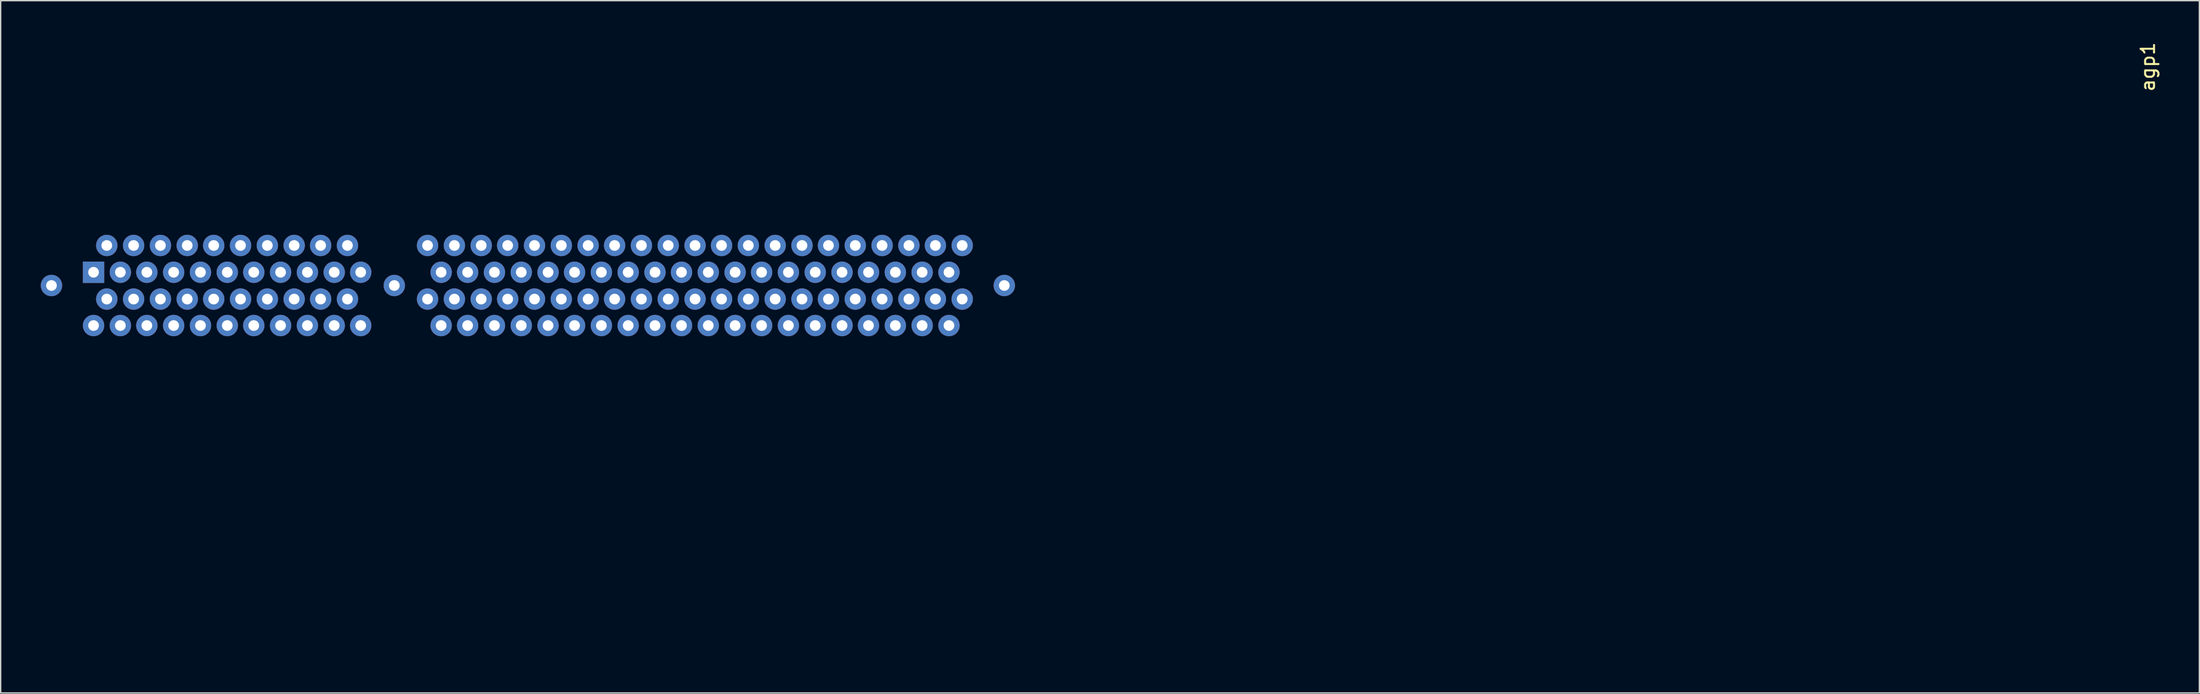
<source format=kicad_pcb>
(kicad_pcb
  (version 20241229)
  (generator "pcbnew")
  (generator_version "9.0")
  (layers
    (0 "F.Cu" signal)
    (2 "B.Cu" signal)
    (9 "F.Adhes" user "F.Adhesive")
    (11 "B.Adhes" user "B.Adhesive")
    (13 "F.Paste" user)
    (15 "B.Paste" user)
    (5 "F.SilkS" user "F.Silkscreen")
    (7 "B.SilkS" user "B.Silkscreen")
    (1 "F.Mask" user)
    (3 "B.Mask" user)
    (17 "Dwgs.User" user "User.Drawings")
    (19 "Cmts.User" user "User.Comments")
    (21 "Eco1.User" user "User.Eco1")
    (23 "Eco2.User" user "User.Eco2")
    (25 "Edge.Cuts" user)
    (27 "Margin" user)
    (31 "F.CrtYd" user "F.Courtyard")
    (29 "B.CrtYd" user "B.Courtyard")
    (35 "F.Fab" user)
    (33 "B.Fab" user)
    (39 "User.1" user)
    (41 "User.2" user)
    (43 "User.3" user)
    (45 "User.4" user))
  (footprint "agp1"
    (layer "F.Cu")
    (at 66.002 45.578)
    (property "Reference" "agp1" (at 91.67 -43.62 90) (layer "F.SilkS") (effects (font (size 1 1) (thickness 0.15))))
    (attr through_hole)
    (pad "A1" thru_hole rect (at -62.052 -28.245) (size 1.6 1.6) (drill 0.8) (layers "*.Cu" "*.Mask"))
    (pad "A2" thru_hole oval (at -61.062 -30.251) (size 1.6 1.6) (drill 0.8) (layers "*.Cu" "*.Mask"))
    (pad "A3" thru_hole oval (at -60.046 -28.245) (size 1.6 1.6) (drill 0.8) (layers "*.Cu" "*.Mask"))
    (pad "A4" thru_hole oval (at -59.055 -30.251) (size 1.6 1.6) (drill 0.8) (layers "*.Cu" "*.Mask"))
    (pad "A5" thru_hole oval (at -58.064 -28.245) (size 1.6 1.6) (drill 0.8) (layers "*.Cu" "*.Mask"))
    (pad "A6" thru_hole oval (at -57.048 -30.251) (size 1.6 1.6) (drill 0.8) (layers "*.Cu" "*.Mask"))
    (pad "A7" thru_hole oval (at -56.058 -28.245) (size 1.6 1.6) (drill 0.8) (layers "*.Cu" "*.Mask"))
    (pad "A8" thru_hole oval (at -55.042 -30.251) (size 1.6 1.6) (drill 0.8) (layers "*.Cu" "*.Mask"))
    (pad "A9" thru_hole oval (at -54.051 -28.245) (size 1.6 1.6) (drill 0.8) (layers "*.Cu" "*.Mask"))
    (pad "A10" thru_hole oval (at -53.061 -30.251) (size 1.6 1.6) (drill 0.8) (layers "*.Cu" "*.Mask"))
    (pad "A11" thru_hole oval (at -52.045 -28.245) (size 1.6 1.6) (drill 0.8) (layers "*.Cu" "*.Mask"))
    (pad "A12" thru_hole oval (at -51.054 -30.251) (size 1.6 1.6) (drill 0.8) (layers "*.Cu" "*.Mask"))
    (pad "A13" thru_hole oval (at -50.063 -28.245) (size 1.6 1.6) (drill 0.8) (layers "*.Cu" "*.Mask"))
    (pad "A14" thru_hole oval (at -49.047 -30.251) (size 1.6 1.6) (drill 0.8) (layers "*.Cu" "*.Mask"))
    (pad "A15" thru_hole oval (at -48.057 -28.245) (size 1.6 1.6) (drill 0.8) (layers "*.Cu" "*.Mask"))
    (pad "A16" thru_hole oval (at -47.041 -30.251) (size 1.6 1.6) (drill 0.8) (layers "*.Cu" "*.Mask"))
    (pad "A17" thru_hole oval (at -46.05 -28.245) (size 1.6 1.6) (drill 0.8) (layers "*.Cu" "*.Mask"))
    (pad "A18" thru_hole oval (at -45.06 -30.251) (size 1.6 1.6) (drill 0.8) (layers "*.Cu" "*.Mask"))
    (pad "A19" thru_hole oval (at -44.044 -28.245) (size 1.6 1.6) (drill 0.8) (layers "*.Cu" "*.Mask"))
    (pad "A20" thru_hole oval (at -43.053 -30.251) (size 1.6 1.6) (drill 0.8) (layers "*.Cu" "*.Mask"))
    (pad "A21" thru_hole oval (at -42.062 -28.245) (size 1.6 1.6) (drill 0.8) (layers "*.Cu" "*.Mask"))
    (pad "A26" thru_hole oval (at -37.059 -30.251) (size 1.6 1.6) (drill 0.8) (layers "*.Cu" "*.Mask"))
    (pad "A27" thru_hole oval (at -36.043 -28.245) (size 1.6 1.6) (drill 0.8) (layers "*.Cu" "*.Mask"))
    (pad "A28" thru_hole oval (at -35.052 -30.251) (size 1.6 1.6) (drill 0.8) (layers "*.Cu" "*.Mask"))
    (pad "A29" thru_hole oval (at -34.061 -28.245) (size 1.6 1.6) (drill 0.8) (layers "*.Cu" "*.Mask"))
    (pad "A30" thru_hole oval (at -33.045 -30.251) (size 1.6 1.6) (drill 0.8) (layers "*.Cu" "*.Mask"))
    (pad "A31" thru_hole oval (at -32.055 -28.245) (size 1.6 1.6) (drill 0.8) (layers "*.Cu" "*.Mask"))
    (pad "A32" thru_hole oval (at -31.064 -30.251) (size 1.6 1.6) (drill 0.8) (layers "*.Cu" "*.Mask"))
    (pad "A33" thru_hole oval (at -30.048 -28.245) (size 1.6 1.6) (drill 0.8) (layers "*.Cu" "*.Mask"))
    (pad "A34" thru_hole oval (at -29.058 -30.251) (size 1.6 1.6) (drill 0.8) (layers "*.Cu" "*.Mask"))
    (pad "A35" thru_hole oval (at -28.042 -28.245) (size 1.6 1.6) (drill 0.8) (layers "*.Cu" "*.Mask"))
    (pad "A36" thru_hole oval (at -27.051 -30.251) (size 1.6 1.6) (drill 0.8) (layers "*.Cu" "*.Mask"))
    (pad "A37" thru_hole oval (at -26.06 -28.245) (size 1.6 1.6) (drill 0.8) (layers "*.Cu" "*.Mask"))
    (pad "A38" thru_hole oval (at -25.044 -30.251) (size 1.6 1.6) (drill 0.8) (layers "*.Cu" "*.Mask"))
    (pad "A39" thru_hole oval (at -24.054 -28.245) (size 1.6 1.6) (drill 0.8) (layers "*.Cu" "*.Mask"))
    (pad "A40" thru_hole oval (at -23.063 -30.251) (size 1.6 1.6) (drill 0.8) (layers "*.Cu" "*.Mask"))
    (pad "A41" thru_hole oval (at -22.047 -28.245) (size 1.6 1.6) (drill 0.8) (layers "*.Cu" "*.Mask"))
    (pad "A42" thru_hole oval (at -21.057 -30.251) (size 1.6 1.6) (drill 0.8) (layers "*.Cu" "*.Mask"))
    (pad "A43" thru_hole oval (at -20.041 -28.245) (size 1.6 1.6) (drill 0.8) (layers "*.Cu" "*.Mask"))
    (pad "A44" thru_hole oval (at -19.05 -30.251) (size 1.6 1.6) (drill 0.8) (layers "*.Cu" "*.Mask"))
    (pad "A45" thru_hole oval (at -18.059 -28.245) (size 1.6 1.6) (drill 0.8) (layers "*.Cu" "*.Mask"))
    (pad "A46" thru_hole oval (at -17.043 -30.251) (size 1.6 1.6) (drill 0.8) (layers "*.Cu" "*.Mask"))
    (pad "A47" thru_hole oval (at -16.053 -28.245) (size 1.6 1.6) (drill 0.8) (layers "*.Cu" "*.Mask"))
    (pad "A48" thru_hole oval (at -15.062 -30.251) (size 1.6 1.6) (drill 0.8) (layers "*.Cu" "*.Mask"))
    (pad "A49" thru_hole oval (at -14.046 -28.245) (size 1.6 1.6) (drill 0.8) (layers "*.Cu" "*.Mask"))
    (pad "A50" thru_hole oval (at -13.056 -30.251) (size 1.6 1.6) (drill 0.8) (layers "*.Cu" "*.Mask"))
    (pad "A51" thru_hole oval (at -12.065 -28.245) (size 1.6 1.6) (drill 0.8) (layers "*.Cu" "*.Mask"))
    (pad "A52" thru_hole oval (at -11.049 -30.251) (size 1.6 1.6) (drill 0.8) (layers "*.Cu" "*.Mask"))
    (pad "A53" thru_hole oval (at -10.058 -28.245) (size 1.6 1.6) (drill 0.8) (layers "*.Cu" "*.Mask"))
    (pad "A54" thru_hole oval (at -9.042 -30.251) (size 1.6 1.6) (drill 0.8) (layers "*.Cu" "*.Mask"))
    (pad "A55" thru_hole oval (at -8.052 -28.245) (size 1.6 1.6) (drill 0.8) (layers "*.Cu" "*.Mask"))
    (pad "A56" thru_hole oval (at -7.061 -30.251) (size 1.6 1.6) (drill 0.8) (layers "*.Cu" "*.Mask"))
    (pad "A57" thru_hole oval (at -6.045 -28.245) (size 1.6 1.6) (drill 0.8) (layers "*.Cu" "*.Mask"))
    (pad "A58" thru_hole oval (at -5.055 -30.251) (size 1.6 1.6) (drill 0.8) (layers "*.Cu" "*.Mask"))
    (pad "A59" thru_hole oval (at -4.064 -28.245) (size 1.6 1.6) (drill 0.8) (layers "*.Cu" "*.Mask"))
    (pad "A60" thru_hole oval (at -3.048 -30.251) (size 1.6 1.6) (drill 0.8) (layers "*.Cu" "*.Mask"))
    (pad "A61" thru_hole oval (at -2.057 -28.245) (size 1.6 1.6) (drill 0.8) (layers "*.Cu" "*.Mask"))
    (pad "A62" thru_hole oval (at -1.041 -30.251) (size 1.6 1.6) (drill 0.8) (layers "*.Cu" "*.Mask"))
    (pad "A63" thru_hole oval (at -0.051 -28.245) (size 1.6 1.6) (drill 0.8) (layers "*.Cu" "*.Mask"))
    (pad "A64" thru_hole oval (at 0.94 -30.251) (size 1.6 1.6) (drill 0.8) (layers "*.Cu" "*.Mask"))
    (pad "A65" thru_hole oval (at 1.956 -28.245) (size 1.6 1.6) (drill 0.8) (layers "*.Cu" "*.Mask"))
    (pad "A66" thru_hole oval (at 2.946 -30.251) (size 1.6 1.6) (drill 0.8) (layers "*.Cu" "*.Mask"))
    (pad "B1" thru_hole oval (at -62.052 -24.257) (size 1.6 1.6) (drill 0.8) (layers "*.Cu" "*.Mask"))
    (pad "B2" thru_hole oval (at -61.062 -26.238) (size 1.6 1.6) (drill 0.8) (layers "*.Cu" "*.Mask"))
    (pad "B3" thru_hole oval (at -60.046 -24.257) (size 1.6 1.6) (drill 0.8) (layers "*.Cu" "*.Mask"))
    (pad "B4" thru_hole oval (at -59.055 -26.238) (size 1.6 1.6) (drill 0.8) (layers "*.Cu" "*.Mask"))
    (pad "B5" thru_hole oval (at -58.064 -24.257) (size 1.6 1.6) (drill 0.8) (layers "*.Cu" "*.Mask"))
    (pad "B6" thru_hole oval (at -57.048 -26.238) (size 1.6 1.6) (drill 0.8) (layers "*.Cu" "*.Mask"))
    (pad "B7" thru_hole oval (at -56.058 -24.257) (size 1.6 1.6) (drill 0.8) (layers "*.Cu" "*.Mask"))
    (pad "B8" thru_hole oval (at -55.042 -26.238) (size 1.6 1.6) (drill 0.8) (layers "*.Cu" "*.Mask"))
    (pad "B9" thru_hole oval (at -54.051 -24.257) (size 1.6 1.6) (drill 0.8) (layers "*.Cu" "*.Mask"))
    (pad "B10" thru_hole oval (at -53.061 -26.238) (size 1.6 1.6) (drill 0.8) (layers "*.Cu" "*.Mask"))
    (pad "B11" thru_hole oval (at -52.045 -24.257) (size 1.6 1.6) (drill 0.8) (layers "*.Cu" "*.Mask"))
    (pad "B12" thru_hole oval (at -51.054 -26.238) (size 1.6 1.6) (drill 0.8) (layers "*.Cu" "*.Mask"))
    (pad "B13" thru_hole oval (at -50.063 -24.257) (size 1.6 1.6) (drill 0.8) (layers "*.Cu" "*.Mask"))
    (pad "B14" thru_hole oval (at -49.047 -26.238) (size 1.6 1.6) (drill 0.8) (layers "*.Cu" "*.Mask"))
    (pad "B15" thru_hole oval (at -48.057 -24.257) (size 1.6 1.6) (drill 0.8) (layers "*.Cu" "*.Mask"))
    (pad "B16" thru_hole oval (at -47.041 -26.238) (size 1.6 1.6) (drill 0.8) (layers "*.Cu" "*.Mask"))
    (pad "B17" thru_hole oval (at -46.05 -24.257) (size 1.6 1.6) (drill 0.8) (layers "*.Cu" "*.Mask"))
    (pad "B18" thru_hole oval (at -45.06 -26.238) (size 1.6 1.6) (drill 0.8) (layers "*.Cu" "*.Mask"))
    (pad "B19" thru_hole oval (at -44.044 -24.257) (size 1.6 1.6) (drill 0.8) (layers "*.Cu" "*.Mask"))
    (pad "B20" thru_hole oval (at -43.053 -26.238) (size 1.6 1.6) (drill 0.8) (layers "*.Cu" "*.Mask"))
    (pad "B21" thru_hole oval (at -42.062 -24.257) (size 1.6 1.6) (drill 0.8) (layers "*.Cu" "*.Mask"))
    (pad "B26" thru_hole oval (at -37.059 -26.238) (size 1.6 1.6) (drill 0.8) (layers "*.Cu" "*.Mask"))
    (pad "B27" thru_hole oval (at -36.043 -24.257) (size 1.6 1.6) (drill 0.8) (layers "*.Cu" "*.Mask"))
    (pad "B28" thru_hole oval (at -35.052 -26.238) (size 1.6 1.6) (drill 0.8) (layers "*.Cu" "*.Mask"))
    (pad "B29" thru_hole oval (at -34.061 -24.257) (size 1.6 1.6) (drill 0.8) (layers "*.Cu" "*.Mask"))
    (pad "B30" thru_hole oval (at -33.045 -26.238) (size 1.6 1.6) (drill 0.8) (layers "*.Cu" "*.Mask"))
    (pad "B31" thru_hole oval (at -32.055 -24.257) (size 1.6 1.6) (drill 0.8) (layers "*.Cu" "*.Mask"))
    (pad "B32" thru_hole oval (at -31.064 -26.238) (size 1.6 1.6) (drill 0.8) (layers "*.Cu" "*.Mask"))
    (pad "B33" thru_hole oval (at -30.048 -24.257) (size 1.6 1.6) (drill 0.8) (layers "*.Cu" "*.Mask"))
    (pad "B34" thru_hole oval (at -29.058 -26.238) (size 1.6 1.6) (drill 0.8) (layers "*.Cu" "*.Mask"))
    (pad "B35" thru_hole oval (at -28.042 -24.257) (size 1.6 1.6) (drill 0.8) (layers "*.Cu" "*.Mask"))
    (pad "B36" thru_hole oval (at -27.051 -26.238) (size 1.6 1.6) (drill 0.8) (layers "*.Cu" "*.Mask"))
    (pad "B37" thru_hole oval (at -26.06 -24.257) (size 1.6 1.6) (drill 0.8) (layers "*.Cu" "*.Mask"))
    (pad "B38" thru_hole oval (at -25.044 -26.238) (size 1.6 1.6) (drill 0.8) (layers "*.Cu" "*.Mask"))
    (pad "B39" thru_hole oval (at -24.054 -24.257) (size 1.6 1.6) (drill 0.8) (layers "*.Cu" "*.Mask"))
    (pad "B40" thru_hole oval (at -23.063 -26.238) (size 1.6 1.6) (drill 0.8) (layers "*.Cu" "*.Mask"))
    (pad "B41" thru_hole oval (at -22.047 -24.257) (size 1.6 1.6) (drill 0.8) (layers "*.Cu" "*.Mask"))
    (pad "B42" thru_hole oval (at -21.057 -26.238) (size 1.6 1.6) (drill 0.8) (layers "*.Cu" "*.Mask"))
    (pad "B43" thru_hole oval (at -20.041 -24.257) (size 1.6 1.6) (drill 0.8) (layers "*.Cu" "*.Mask"))
    (pad "B44" thru_hole oval (at -19.05 -26.238) (size 1.6 1.6) (drill 0.8) (layers "*.Cu" "*.Mask"))
    (pad "B45" thru_hole oval (at -18.059 -24.257) (size 1.6 1.6) (drill 0.8) (layers "*.Cu" "*.Mask"))
    (pad "B46" thru_hole oval (at -17.043 -26.238) (size 1.6 1.6) (drill 0.8) (layers "*.Cu" "*.Mask"))
    (pad "B47" thru_hole oval (at -16.053 -24.257) (size 1.6 1.6) (drill 0.8) (layers "*.Cu" "*.Mask"))
    (pad "B48" thru_hole oval (at -15.062 -26.238) (size 1.6 1.6) (drill 0.8) (layers "*.Cu" "*.Mask"))
    (pad "B49" thru_hole oval (at -14.046 -24.257) (size 1.6 1.6) (drill 0.8) (layers "*.Cu" "*.Mask"))
    (pad "B50" thru_hole oval (at -13.056 -26.238) (size 1.6 1.6) (drill 0.8) (layers "*.Cu" "*.Mask"))
    (pad "B51" thru_hole oval (at -12.065 -24.257) (size 1.6 1.6) (drill 0.8) (layers "*.Cu" "*.Mask"))
    (pad "B52" thru_hole oval (at -11.049 -26.238) (size 1.6 1.6) (drill 0.8) (layers "*.Cu" "*.Mask"))
    (pad "B53" thru_hole oval (at -10.058 -24.257) (size 1.6 1.6) (drill 0.8) (layers "*.Cu" "*.Mask"))
    (pad "B54" thru_hole oval (at -9.042 -26.238) (size 1.6 1.6) (drill 0.8) (layers "*.Cu" "*.Mask"))
    (pad "B55" thru_hole oval (at -8.052 -24.257) (size 1.6 1.6) (drill 0.8) (layers "*.Cu" "*.Mask"))
    (pad "B56" thru_hole oval (at -7.061 -26.238) (size 1.6 1.6) (drill 0.8) (layers "*.Cu" "*.Mask"))
    (pad "B57" thru_hole oval (at -6.045 -24.257) (size 1.6 1.6) (drill 0.8) (layers "*.Cu" "*.Mask"))
    (pad "B58" thru_hole oval (at -5.055 -26.238) (size 1.6 1.6) (drill 0.8) (layers "*.Cu" "*.Mask"))
    (pad "B59" thru_hole oval (at -4.064 -24.257) (size 1.6 1.6) (drill 0.8) (layers "*.Cu" "*.Mask"))
    (pad "B60" thru_hole oval (at -3.048 -26.238) (size 1.6 1.6) (drill 0.8) (layers "*.Cu" "*.Mask"))
    (pad "B61" thru_hole oval (at -2.057 -24.257) (size 1.6 1.6) (drill 0.8) (layers "*.Cu" "*.Mask"))
    (pad "B62" thru_hole oval (at -1.041 -26.238) (size 1.6 1.6) (drill 0.8) (layers "*.Cu" "*.Mask"))
    (pad "B63" thru_hole oval (at -0.051 -24.257) (size 1.6 1.6) (drill 0.8) (layers "*.Cu" "*.Mask"))
    (pad "B64" thru_hole oval (at 0.94 -26.238) (size 1.6 1.6) (drill 0.8) (layers "*.Cu" "*.Mask"))
    (pad "B65" thru_hole oval (at 1.956 -24.257) (size 1.6 1.6) (drill 0.8) (layers "*.Cu" "*.Mask"))
    (pad "B66" thru_hole oval (at 2.946 -26.238) (size 1.6 1.6) (drill 0.8) (layers "*.Cu" "*.Mask"))
    (pad "X1" thru_hole oval (at -65.202 -27.254) (size 1.6 1.6) (drill 0.8) (layers "*.Cu" "*.Mask"))
    (pad "X2" thru_hole oval (at -39.548 -27.254) (size 1.6 1.6) (drill 0.8) (layers "*.Cu" "*.Mask"))
    (pad "X3" thru_hole oval (at 6.096 -27.254) (size 1.6 1.6) (drill 0.8) (layers "*.Cu" "*.Mask")))
  (gr_rect
    (start -3 -3)
    (end 161.52 48.828)
    (stroke (width 0.1) (type default))
    (fill no)
    (layer "Edge.Cuts")))
</source>
